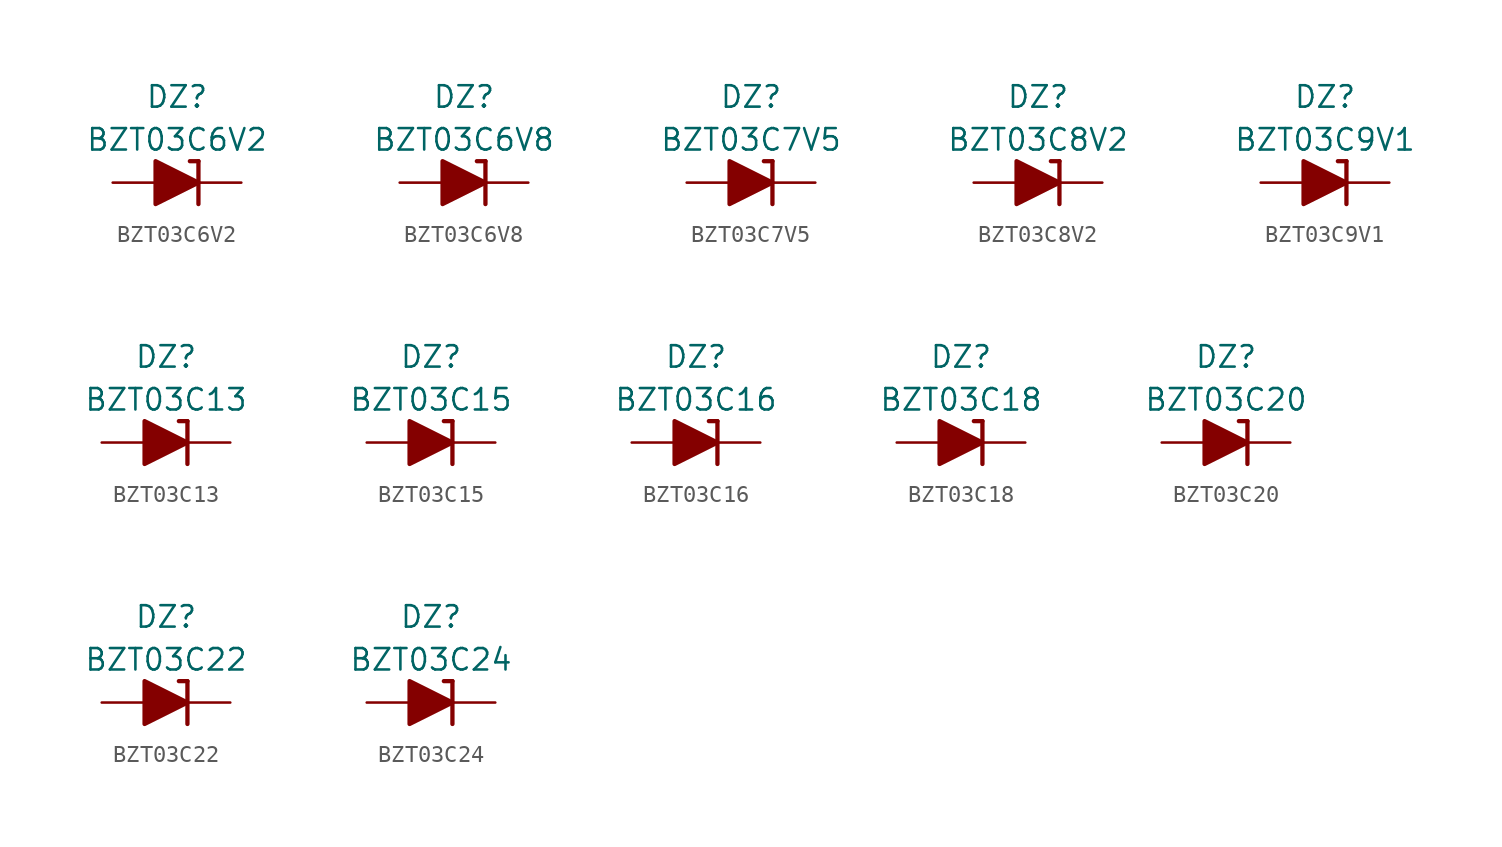
<source format=kicad_sym>
(kicad_symbol_lib
  (version 20211014)
  (generator kicad_symbol_editor)
  (symbol "BZT03C6V2"
    (pin_numbers hide)
    (pin_names
      (offset 1.016) hide)
    (property "Reference" "DZ"
      (at 0 5.08 0)
      (effects (font (size 1.27 1.27))))
    (property "Value" "BZT03C6V2"
      (at 0 2.54 0)
      (effects (font (size 1.27 1.27))))
    (symbol "BZT03C6V2_0_1"
      (polyline (pts (xy -1.27 0) (xy 1.27 0)) (stroke (width 0) (type default) (color 0 0 0 0)) (fill (type none)))
      (polyline (pts (xy 1.27 1.27) (xy 0.762 1.27)) (stroke (width 0.254) (type default) (color 0 0 0 0)) (fill (type none)))
      (polyline (pts (xy 1.27 1.27) (xy 1.27 -1.27)) (stroke (width 0.254) (type default) (color 0 0 0 0)) (fill (type none)))
      (polyline (pts (xy -1.27 -1.27) (xy -1.27 1.27) (xy 1.27 0) (xy -1.27 -1.27)) (stroke (width 0.254) (type default) (color 0 0 0 0)) (fill (type outline))))
    (symbol "BZT03C6V2_1_1"
      (pin passive line (at 3.81 0 180) (length 2.54) (name "K" (effects (font (size 1.27 1.27)))) (number "1" (effects (font (size 1.27 1.27)))))
      (pin passive line (at -3.81 0 0) (length 2.54) (name "A" (effects (font (size 1.27 1.27)))) (number "2" (effects (font (size 1.27 1.27)))))))
  (symbol "BZT03C6V8"
    (pin_numbers hide)
    (pin_names
      (offset 1.016) hide)
    (property "Reference" "DZ"
      (at 0 5.08 0)
      (effects (font (size 1.27 1.27))))
    (property "Value" "BZT03C6V8"
      (at 0 2.54 0)
      (effects (font (size 1.27 1.27))))
    (symbol "BZT03C6V8_0_1"
      (polyline (pts (xy -1.27 0) (xy 1.27 0)) (stroke (width 0) (type default) (color 0 0 0 0)) (fill (type none)))
      (polyline (pts (xy 1.27 1.27) (xy 0.762 1.27)) (stroke (width 0.254) (type default) (color 0 0 0 0)) (fill (type none)))
      (polyline (pts (xy 1.27 1.27) (xy 1.27 -1.27)) (stroke (width 0.254) (type default) (color 0 0 0 0)) (fill (type none)))
      (polyline (pts (xy -1.27 -1.27) (xy -1.27 1.27) (xy 1.27 0) (xy -1.27 -1.27)) (stroke (width 0.254) (type default) (color 0 0 0 0)) (fill (type outline))))
    (symbol "BZT03C6V8_1_1"
      (pin passive line (at 3.81 0 180) (length 2.54) (name "K" (effects (font (size 1.27 1.27)))) (number "1" (effects (font (size 1.27 1.27)))))
      (pin passive line (at -3.81 0 0) (length 2.54) (name "A" (effects (font (size 1.27 1.27)))) (number "2" (effects (font (size 1.27 1.27)))))))
  (symbol "BZT03C7V5"
    (pin_numbers hide)
    (pin_names
      (offset 1.016) hide)
    (property "Reference" "DZ"
      (at 0 5.08 0)
      (effects (font (size 1.27 1.27))))
    (property "Value" "BZT03C7V5"
      (at 0 2.54 0)
      (effects (font (size 1.27 1.27))))
    (symbol "BZT03C7V5_0_1"
      (polyline (pts (xy -1.27 0) (xy 1.27 0)) (stroke (width 0) (type default) (color 0 0 0 0)) (fill (type none)))
      (polyline (pts (xy 1.27 1.27) (xy 0.762 1.27)) (stroke (width 0.254) (type default) (color 0 0 0 0)) (fill (type none)))
      (polyline (pts (xy 1.27 1.27) (xy 1.27 -1.27)) (stroke (width 0.254) (type default) (color 0 0 0 0)) (fill (type none)))
      (polyline (pts (xy -1.27 -1.27) (xy -1.27 1.27) (xy 1.27 0) (xy -1.27 -1.27)) (stroke (width 0.254) (type default) (color 0 0 0 0)) (fill (type outline))))
    (symbol "BZT03C7V5_1_1"
      (pin passive line (at 3.81 0 180) (length 2.54) (name "K" (effects (font (size 1.27 1.27)))) (number "1" (effects (font (size 1.27 1.27)))))
      (pin passive line (at -3.81 0 0) (length 2.54) (name "A" (effects (font (size 1.27 1.27)))) (number "2" (effects (font (size 1.27 1.27)))))))
  (symbol "BZT03C8V2"
    (pin_numbers hide)
    (pin_names
      (offset 1.016) hide)
    (property "Reference" "DZ"
      (at 0 5.08 0)
      (effects (font (size 1.27 1.27))))
    (property "Value" "BZT03C8V2"
      (at 0 2.54 0)
      (effects (font (size 1.27 1.27))))
    (symbol "BZT03C8V2_0_1"
      (polyline (pts (xy -1.27 0) (xy 1.27 0)) (stroke (width 0) (type default) (color 0 0 0 0)) (fill (type none)))
      (polyline (pts (xy 1.27 1.27) (xy 0.762 1.27)) (stroke (width 0.254) (type default) (color 0 0 0 0)) (fill (type none)))
      (polyline (pts (xy 1.27 1.27) (xy 1.27 -1.27)) (stroke (width 0.254) (type default) (color 0 0 0 0)) (fill (type none)))
      (polyline (pts (xy -1.27 -1.27) (xy -1.27 1.27) (xy 1.27 0) (xy -1.27 -1.27)) (stroke (width 0.254) (type default) (color 0 0 0 0)) (fill (type outline))))
    (symbol "BZT03C8V2_1_1"
      (pin passive line (at 3.81 0 180) (length 2.54) (name "K" (effects (font (size 1.27 1.27)))) (number "1" (effects (font (size 1.27 1.27)))))
      (pin passive line (at -3.81 0 0) (length 2.54) (name "A" (effects (font (size 1.27 1.27)))) (number "2" (effects (font (size 1.27 1.27)))))))
  (symbol "BZT03C9V1"
    (pin_numbers hide)
    (pin_names
      (offset 1.016) hide)
    (property "Reference" "DZ"
      (at 0 5.08 0)
      (effects (font (size 1.27 1.27))))
    (property "Value" "BZT03C9V1"
      (at 0 2.54 0)
      (effects (font (size 1.27 1.27))))
    (symbol "BZT03C9V1_0_1"
      (polyline (pts (xy -1.27 0) (xy 1.27 0)) (stroke (width 0) (type default) (color 0 0 0 0)) (fill (type none)))
      (polyline (pts (xy 1.27 1.27) (xy 0.762 1.27)) (stroke (width 0.254) (type default) (color 0 0 0 0)) (fill (type none)))
      (polyline (pts (xy 1.27 1.27) (xy 1.27 -1.27)) (stroke (width 0.254) (type default) (color 0 0 0 0)) (fill (type none)))
      (polyline (pts (xy -1.27 -1.27) (xy -1.27 1.27) (xy 1.27 0) (xy -1.27 -1.27)) (stroke (width 0.254) (type default) (color 0 0 0 0)) (fill (type outline))))
    (symbol "BZT03C9V1_1_1"
      (pin passive line (at 3.81 0 180) (length 2.54) (name "K" (effects (font (size 1.27 1.27)))) (number "1" (effects (font (size 1.27 1.27)))))
      (pin passive line (at -3.81 0 0) (length 2.54) (name "A" (effects (font (size 1.27 1.27)))) (number "2" (effects (font (size 1.27 1.27)))))))
  (symbol "BZT03C13"
    (pin_numbers hide)
    (pin_names
      (offset 1.016) hide)
    (property "Reference" "DZ"
      (at 0 5.08 0)
      (effects (font (size 1.27 1.27))))
    (property "Value" "BZT03C13"
      (at 0 2.54 0)
      (effects (font (size 1.27 1.27))))
    (symbol "BZT03C13_0_1"
      (polyline (pts (xy -1.27 0) (xy 1.27 0)) (stroke (width 0) (type default) (color 0 0 0 0)) (fill (type none)))
      (polyline (pts (xy 1.27 1.27) (xy 0.762 1.27)) (stroke (width 0.254) (type default) (color 0 0 0 0)) (fill (type none)))
      (polyline (pts (xy 1.27 1.27) (xy 1.27 -1.27)) (stroke (width 0.254) (type default) (color 0 0 0 0)) (fill (type none)))
      (polyline (pts (xy -1.27 -1.27) (xy -1.27 1.27) (xy 1.27 0) (xy -1.27 -1.27)) (stroke (width 0.254) (type default) (color 0 0 0 0)) (fill (type outline))))
    (symbol "BZT03C13_1_1"
      (pin passive line (at 3.81 0 180) (length 2.54) (name "K" (effects (font (size 1.27 1.27)))) (number "1" (effects (font (size 1.27 1.27)))))
      (pin passive line (at -3.81 0 0) (length 2.54) (name "A" (effects (font (size 1.27 1.27)))) (number "2" (effects (font (size 1.27 1.27)))))))
  (symbol "BZT03C15"
    (pin_numbers hide)
    (pin_names
      (offset 1.016) hide)
    (property "Reference" "DZ"
      (at 0 5.08 0)
      (effects (font (size 1.27 1.27))))
    (property "Value" "BZT03C15"
      (at 0 2.54 0)
      (effects (font (size 1.27 1.27))))
    (symbol "BZT03C15_0_1"
      (polyline (pts (xy -1.27 0) (xy 1.27 0)) (stroke (width 0) (type default) (color 0 0 0 0)) (fill (type none)))
      (polyline (pts (xy 1.27 1.27) (xy 0.762 1.27)) (stroke (width 0.254) (type default) (color 0 0 0 0)) (fill (type none)))
      (polyline (pts (xy 1.27 1.27) (xy 1.27 -1.27)) (stroke (width 0.254) (type default) (color 0 0 0 0)) (fill (type none)))
      (polyline (pts (xy -1.27 -1.27) (xy -1.27 1.27) (xy 1.27 0) (xy -1.27 -1.27)) (stroke (width 0.254) (type default) (color 0 0 0 0)) (fill (type outline))))
    (symbol "BZT03C15_1_1"
      (pin passive line (at 3.81 0 180) (length 2.54) (name "K" (effects (font (size 1.27 1.27)))) (number "1" (effects (font (size 1.27 1.27)))))
      (pin passive line (at -3.81 0 0) (length 2.54) (name "A" (effects (font (size 1.27 1.27)))) (number "2" (effects (font (size 1.27 1.27)))))))
  (symbol "BZT03C16"
    (pin_numbers hide)
    (pin_names
      (offset 1.016) hide)
    (property "Reference" "DZ"
      (at 0 5.08 0)
      (effects (font (size 1.27 1.27))))
    (property "Value" "BZT03C16"
      (at 0 2.54 0)
      (effects (font (size 1.27 1.27))))
    (symbol "BZT03C16_0_1"
      (polyline (pts (xy -1.27 0) (xy 1.27 0)) (stroke (width 0) (type default) (color 0 0 0 0)) (fill (type none)))
      (polyline (pts (xy 1.27 1.27) (xy 0.762 1.27)) (stroke (width 0.254) (type default) (color 0 0 0 0)) (fill (type none)))
      (polyline (pts (xy 1.27 1.27) (xy 1.27 -1.27)) (stroke (width 0.254) (type default) (color 0 0 0 0)) (fill (type none)))
      (polyline (pts (xy -1.27 -1.27) (xy -1.27 1.27) (xy 1.27 0) (xy -1.27 -1.27)) (stroke (width 0.254) (type default) (color 0 0 0 0)) (fill (type outline))))
    (symbol "BZT03C16_1_1"
      (pin passive line (at 3.81 0 180) (length 2.54) (name "K" (effects (font (size 1.27 1.27)))) (number "1" (effects (font (size 1.27 1.27)))))
      (pin passive line (at -3.81 0 0) (length 2.54) (name "A" (effects (font (size 1.27 1.27)))) (number "2" (effects (font (size 1.27 1.27)))))))
  (symbol "BZT03C18"
    (pin_numbers hide)
    (pin_names
      (offset 1.016) hide)
    (property "Reference" "DZ"
      (at 0 5.08 0)
      (effects (font (size 1.27 1.27))))
    (property "Value" "BZT03C18"
      (at 0 2.54 0)
      (effects (font (size 1.27 1.27))))
    (symbol "BZT03C18_0_1"
      (polyline (pts (xy -1.27 0) (xy 1.27 0)) (stroke (width 0) (type default) (color 0 0 0 0)) (fill (type none)))
      (polyline (pts (xy 1.27 1.27) (xy 0.762 1.27)) (stroke (width 0.254) (type default) (color 0 0 0 0)) (fill (type none)))
      (polyline (pts (xy 1.27 1.27) (xy 1.27 -1.27)) (stroke (width 0.254) (type default) (color 0 0 0 0)) (fill (type none)))
      (polyline (pts (xy -1.27 -1.27) (xy -1.27 1.27) (xy 1.27 0) (xy -1.27 -1.27)) (stroke (width 0.254) (type default) (color 0 0 0 0)) (fill (type outline))))
    (symbol "BZT03C18_1_1"
      (pin passive line (at 3.81 0 180) (length 2.54) (name "K" (effects (font (size 1.27 1.27)))) (number "1" (effects (font (size 1.27 1.27)))))
      (pin passive line (at -3.81 0 0) (length 2.54) (name "A" (effects (font (size 1.27 1.27)))) (number "2" (effects (font (size 1.27 1.27)))))))
  (symbol "BZT03C20"
    (pin_numbers hide)
    (pin_names
      (offset 1.016) hide)
    (property "Reference" "DZ"
      (at 0 5.08 0)
      (effects (font (size 1.27 1.27))))
    (property "Value" "BZT03C20"
      (at 0 2.54 0)
      (effects (font (size 1.27 1.27))))
    (symbol "BZT03C20_0_1"
      (polyline (pts (xy -1.27 0) (xy 1.27 0)) (stroke (width 0) (type default) (color 0 0 0 0)) (fill (type none)))
      (polyline (pts (xy 1.27 1.27) (xy 0.762 1.27)) (stroke (width 0.254) (type default) (color 0 0 0 0)) (fill (type none)))
      (polyline (pts (xy 1.27 1.27) (xy 1.27 -1.27)) (stroke (width 0.254) (type default) (color 0 0 0 0)) (fill (type none)))
      (polyline (pts (xy -1.27 -1.27) (xy -1.27 1.27) (xy 1.27 0) (xy -1.27 -1.27)) (stroke (width 0.254) (type default) (color 0 0 0 0)) (fill (type outline))))
    (symbol "BZT03C20_1_1"
      (pin passive line (at 3.81 0 180) (length 2.54) (name "K" (effects (font (size 1.27 1.27)))) (number "1" (effects (font (size 1.27 1.27)))))
      (pin passive line (at -3.81 0 0) (length 2.54) (name "A" (effects (font (size 1.27 1.27)))) (number "2" (effects (font (size 1.27 1.27)))))))
  (symbol "BZT03C22"
    (pin_numbers hide)
    (pin_names
      (offset 1.016) hide)
    (property "Reference" "DZ"
      (at 0 5.08 0)
      (effects (font (size 1.27 1.27))))
    (property "Value" "BZT03C22"
      (at 0 2.54 0)
      (effects (font (size 1.27 1.27))))
    (symbol "BZT03C22_0_1"
      (polyline (pts (xy -1.27 0) (xy 1.27 0)) (stroke (width 0) (type default) (color 0 0 0 0)) (fill (type none)))
      (polyline (pts (xy 1.27 1.27) (xy 0.762 1.27)) (stroke (width 0.254) (type default) (color 0 0 0 0)) (fill (type none)))
      (polyline (pts (xy 1.27 1.27) (xy 1.27 -1.27)) (stroke (width 0.254) (type default) (color 0 0 0 0)) (fill (type none)))
      (polyline (pts (xy -1.27 -1.27) (xy -1.27 1.27) (xy 1.27 0) (xy -1.27 -1.27)) (stroke (width 0.254) (type default) (color 0 0 0 0)) (fill (type outline))))
    (symbol "BZT03C22_1_1"
      (pin passive line (at 3.81 0 180) (length 2.54) (name "K" (effects (font (size 1.27 1.27)))) (number "1" (effects (font (size 1.27 1.27)))))
      (pin passive line (at -3.81 0 0) (length 2.54) (name "A" (effects (font (size 1.27 1.27)))) (number "2" (effects (font (size 1.27 1.27)))))))
  (symbol "BZT03C24"
    (pin_numbers hide)
    (pin_names
      (offset 1.016) hide)
    (property "Reference" "DZ"
      (at 0 5.08 0)
      (effects (font (size 1.27 1.27))))
    (property "Value" "BZT03C24"
      (at 0 2.54 0)
      (effects (font (size 1.27 1.27))))
    (symbol "BZT03C24_0_1"
      (polyline (pts (xy -1.27 0) (xy 1.27 0)) (stroke (width 0) (type default) (color 0 0 0 0)) (fill (type none)))
      (polyline (pts (xy 1.27 1.27) (xy 0.762 1.27)) (stroke (width 0.254) (type default) (color 0 0 0 0)) (fill (type none)))
      (polyline (pts (xy 1.27 1.27) (xy 1.27 -1.27)) (stroke (width 0.254) (type default) (color 0 0 0 0)) (fill (type none)))
      (polyline (pts (xy -1.27 -1.27) (xy -1.27 1.27) (xy 1.27 0) (xy -1.27 -1.27)) (stroke (width 0.254) (type default) (color 0 0 0 0)) (fill (type outline))))
    (symbol "BZT03C24_1_1"
      (pin passive line (at 3.81 0 180) (length 2.54) (name "K" (effects (font (size 1.27 1.27)))) (number "1" (effects (font (size 1.27 1.27)))))
      (pin passive line (at -3.81 0 0) (length 2.54) (name "A" (effects (font (size 1.27 1.27)))) (number "2" (effects (font (size 1.27 1.27))))))))
</source>
